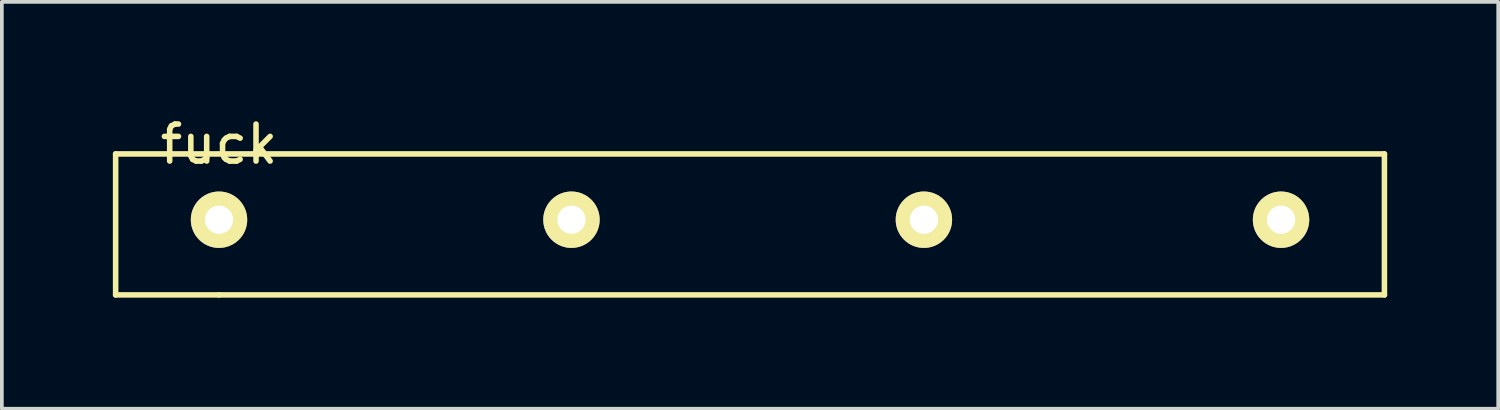
<source format=kicad_pcb>
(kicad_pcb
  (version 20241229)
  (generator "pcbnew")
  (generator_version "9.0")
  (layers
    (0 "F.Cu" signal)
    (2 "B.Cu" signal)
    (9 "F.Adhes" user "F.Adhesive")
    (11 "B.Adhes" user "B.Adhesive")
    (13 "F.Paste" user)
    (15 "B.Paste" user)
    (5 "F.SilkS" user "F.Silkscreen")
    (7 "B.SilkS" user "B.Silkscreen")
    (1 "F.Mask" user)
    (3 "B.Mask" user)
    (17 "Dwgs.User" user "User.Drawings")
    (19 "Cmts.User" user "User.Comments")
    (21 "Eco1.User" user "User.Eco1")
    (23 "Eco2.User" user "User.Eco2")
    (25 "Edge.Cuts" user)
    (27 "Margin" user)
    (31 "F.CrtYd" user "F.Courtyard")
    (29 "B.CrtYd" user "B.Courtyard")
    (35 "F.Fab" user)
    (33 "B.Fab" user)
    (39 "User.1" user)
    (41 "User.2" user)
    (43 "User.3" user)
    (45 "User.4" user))
  (footprint "fuck"
    (layer "F.Cu")
    (at 2.869 0.348)
    (property "Reference" "fuck" (at 0 0.5 0) (layer "F.SilkS") (effects (font (size 1 1) (thickness 0.15))))
    (attr through_hole)
    (fp_line (start -2.794 0.762) (end -2.794 4.572) (stroke (width 0.15) (type solid)) (layer "F.SilkS"))
    (fp_line (start -2.794 4.572) (end 0 4.572) (stroke (width 0.15) (type solid)) (layer "F.SilkS"))
    (fp_line (start 0 4.572) (end 31.496 4.572) (stroke (width 0.15) (type solid)) (layer "F.SilkS"))
    (fp_line (start 31.496 0.762) (end -2.794 0.762) (stroke (width 0.15) (type solid)) (layer "F.SilkS"))
    (fp_line (start 31.496 4.572) (end 31.496 0.762) (stroke (width 0.15) (type solid)) (layer "F.SilkS"))
    (pad "1" thru_hole circle (at 0 2.54) (size 1.524 1.524) (drill 0.762) (layers "*.Cu" "*.Mask" "F.SilkS"))
    (pad "2" thru_hole circle (at 9.525 2.54) (size 1.524 1.524) (drill 0.762) (layers "*.Cu" "*.Mask" "F.SilkS"))
    (pad "3" thru_hole circle (at 19.05 2.54) (size 1.524 1.524) (drill 0.762) (layers "*.Cu" "*.Mask" "F.SilkS"))
    (pad "4" thru_hole circle (at 28.702 2.54) (size 1.524 1.524) (drill 0.762) (layers "*.Cu" "*.Mask" "F.SilkS")))
  (gr_rect
    (start -3 -3)
    (end 37.44 7.995)
    (stroke (width 0.1) (type default))
    (fill no)
    (layer "Edge.Cuts")))
</source>
